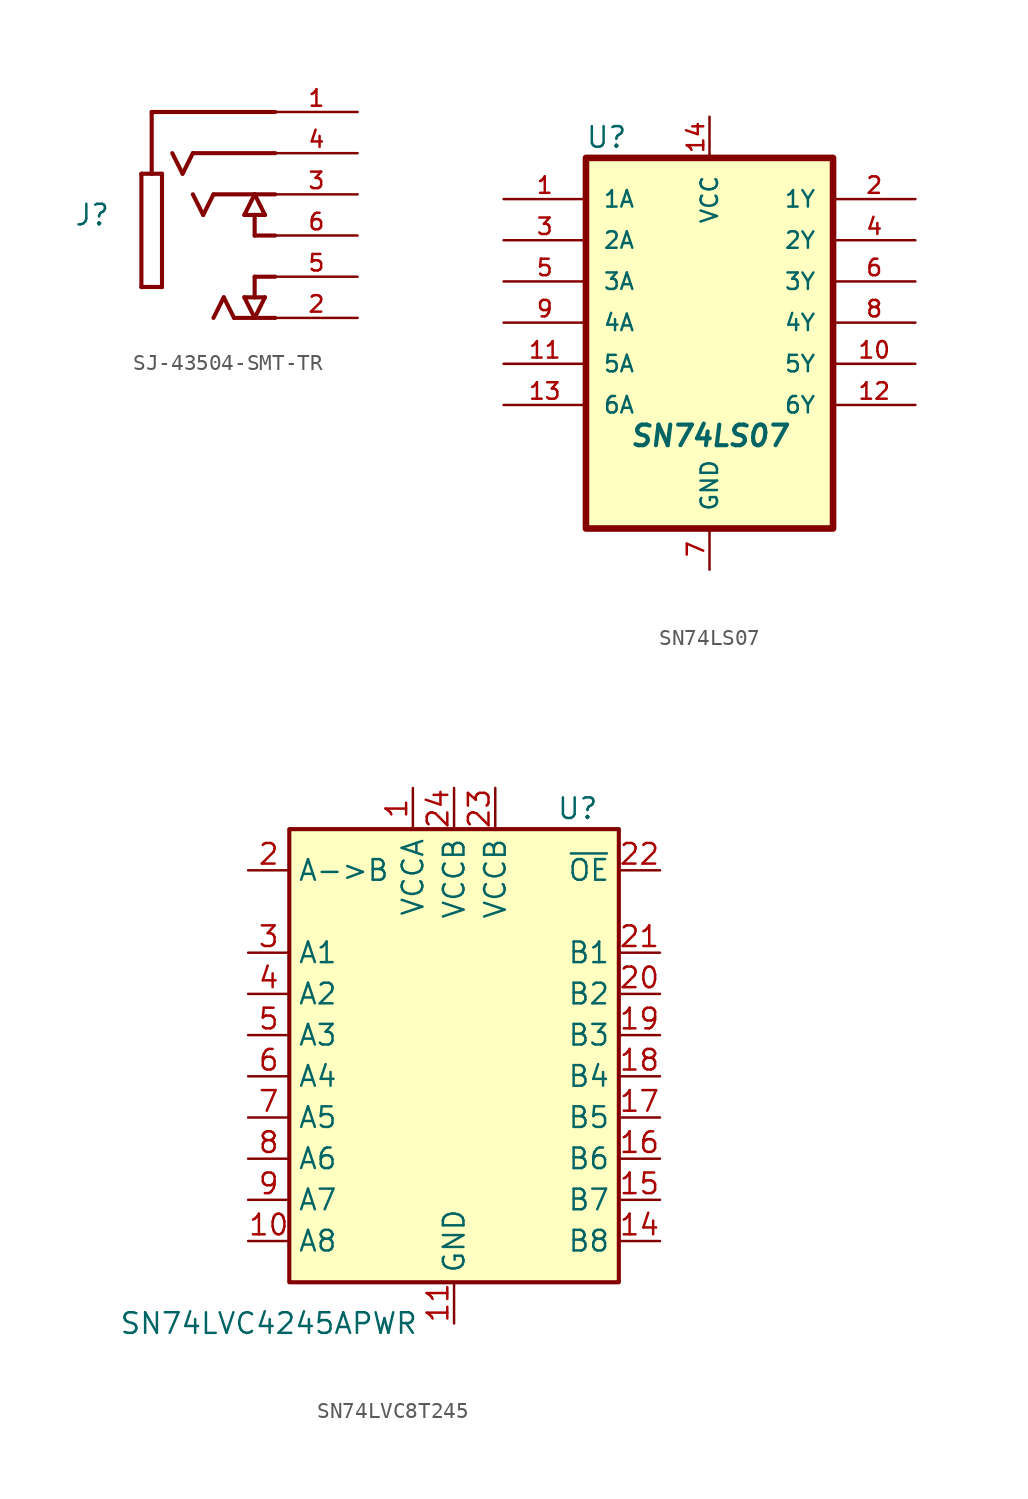
<source format=kicad_sym>
(kicad_symbol_lib
  (version 20231120)
  (generator "kicad_symbol_editor")
  (generator_version "8.0")
  (symbol "SJ-43504-SMT-TR"
    (pin_names
      (offset 1.016) hide)
    (property "Reference" "J"
      (at -10.16 -1.27 0)
      (effects (font (size 1.27 1.27)) (justify right)))
    (symbol "SJ-43504-SMT-TR_0_0"
      (polyline (pts (xy -8.255 -5.715) (xy -8.255 1.27)) (stroke (width 0.254) (type default)) (fill (type none)))
      (polyline (pts (xy -8.255 1.27) (xy -7.62 1.27)) (stroke (width 0.254) (type default)) (fill (type none)))
      (polyline (pts (xy -7.62 1.27) (xy -6.985 1.27)) (stroke (width 0.254) (type default)) (fill (type none)))
      (polyline (pts (xy -7.62 5.08) (xy -7.62 1.27)) (stroke (width 0.254) (type default)) (fill (type none)))
      (polyline (pts (xy -6.985 -5.715) (xy -8.255 -5.715)) (stroke (width 0.254) (type default)) (fill (type none)))
      (polyline (pts (xy -6.985 1.27) (xy -6.985 -5.715)) (stroke (width 0.254) (type default)) (fill (type none)))
      (polyline (pts (xy -5.715 1.27) (xy -6.35 2.54)) (stroke (width 0.254) (type default)) (fill (type none)))
      (polyline (pts (xy -5.08 2.54) (xy -5.715 1.27)) (stroke (width 0.254) (type default)) (fill (type none)))
      (polyline (pts (xy -4.445 -1.27) (xy -5.08 0)) (stroke (width 0.254) (type default)) (fill (type none)))
      (polyline (pts (xy -3.81 0) (xy -4.445 -1.27)) (stroke (width 0.254) (type default)) (fill (type none)))
      (polyline (pts (xy -3.175 -6.35) (xy -3.81 -7.62)) (stroke (width 0.254) (type default)) (fill (type none)))
      (polyline (pts (xy -2.54 -7.62) (xy -3.175 -6.35)) (stroke (width 0.254) (type default)) (fill (type none)))
      (polyline (pts (xy -1.905 -6.35) (xy -1.27 -6.35)) (stroke (width 0.254) (type default)) (fill (type none)))
      (polyline (pts (xy -1.905 -1.27) (xy -1.27 -1.27)) (stroke (width 0.254) (type default)) (fill (type none)))
      (polyline (pts (xy -1.27 -7.62) (xy -2.54 -7.62)) (stroke (width 0.254) (type default)) (fill (type none)))
      (polyline (pts (xy -1.27 -7.62) (xy -1.905 -6.35)) (stroke (width 0.254) (type default)) (fill (type none)))
      (polyline (pts (xy -1.27 -6.35) (xy -0.635 -6.35)) (stroke (width 0.254) (type default)) (fill (type none)))
      (polyline (pts (xy -1.27 -5.08) (xy -1.27 -6.35)) (stroke (width 0.254) (type default)) (fill (type none)))
      (polyline (pts (xy -1.27 -2.54) (xy -1.27 -1.27)) (stroke (width 0.254) (type default)) (fill (type none)))
      (polyline (pts (xy -1.27 -1.27) (xy -0.635 -1.27)) (stroke (width 0.254) (type default)) (fill (type none)))
      (polyline (pts (xy -1.27 0) (xy -3.81 0)) (stroke (width 0.254) (type default)) (fill (type none)))
      (polyline (pts (xy -1.27 0) (xy -1.905 -1.27)) (stroke (width 0.254) (type default)) (fill (type none)))
      (polyline (pts (xy -0.635 -6.35) (xy -1.27 -7.62)) (stroke (width 0.254) (type default)) (fill (type none)))
      (polyline (pts (xy -0.635 -1.27) (xy -1.27 0)) (stroke (width 0.254) (type default)) (fill (type none)))
      (polyline (pts (xy 0 -7.62) (xy -1.27 -7.62)) (stroke (width 0.254) (type default)) (fill (type none)))
      (polyline (pts (xy 0 -5.08) (xy -1.27 -5.08)) (stroke (width 0.254) (type default)) (fill (type none)))
      (polyline (pts (xy 0 -2.54) (xy -1.27 -2.54)) (stroke (width 0.254) (type default)) (fill (type none)))
      (polyline (pts (xy 0 0) (xy -1.27 0)) (stroke (width 0.254) (type default)) (fill (type none)))
      (polyline (pts (xy 0 2.54) (xy -5.08 2.54)) (stroke (width 0.254) (type default)) (fill (type none)))
      (polyline (pts (xy 0 5.08) (xy -7.62 5.08)) (stroke (width 0.254) (type default)) (fill (type none)))
      (pin passive line (at 5.08 5.08 180) (length 5.08) (name "~" (effects (font (size 1.016 1.016)))) (number "1" (effects (font (size 1.016 1.016)))))
      (pin passive line (at 5.08 -7.62 180) (length 5.08) (name "~" (effects (font (size 1.016 1.016)))) (number "2" (effects (font (size 1.016 1.016)))))
      (pin passive line (at 5.08 0 180) (length 5.08) (name "~" (effects (font (size 1.016 1.016)))) (number "3" (effects (font (size 1.016 1.016)))))
      (pin passive line (at 5.08 2.54 180) (length 5.08) (name "~" (effects (font (size 1.016 1.016)))) (number "4" (effects (font (size 1.016 1.016)))))
      (pin passive line (at 5.08 -5.08 180) (length 5.08) (name "~" (effects (font (size 1.016 1.016)))) (number "5" (effects (font (size 1.016 1.016)))))
      (pin passive line (at 5.08 -2.54 180) (length 5.08) (name "~" (effects (font (size 1.016 1.016)))) (number "6" (effects (font (size 1.016 1.016)))))))
  (symbol "SN74LS07"
    (pin_names
      (offset 1.016))
    (property "Reference" "U"
      (at -11.43 16.51 0)
      (effects (font (size 1.27 1.27))))
    (property "Value" "SN74LS07"
      (at -5.08 -1.905 0)
      (effects (font (size 1.27 1.27) (bold yes) (italic yes))))
    (symbol "SN74LS07_0_0"
      (rectangle (start -12.7 -7.62) (end 2.54 15.24) (stroke (width 0.406) (type default)) (fill (type background)))
      (pin input line (at -17.78 12.7 0) (length 5.08) (name "1A" (effects (font (size 1.016 1.016)))) (number "1" (effects (font (size 1.016 1.016)))))
      (pin output line (at 7.62 2.54 180) (length 5.08) (name "5Y" (effects (font (size 1.016 1.016)))) (number "10" (effects (font (size 1.016 1.016)))))
      (pin input line (at -17.78 2.54 0) (length 5.08) (name "5A" (effects (font (size 1.016 1.016)))) (number "11" (effects (font (size 1.016 1.016)))))
      (pin output line (at 7.62 0 180) (length 5.08) (name "6Y" (effects (font (size 1.016 1.016)))) (number "12" (effects (font (size 1.016 1.016)))))
      (pin input line (at -17.78 0 0) (length 5.08) (name "6A" (effects (font (size 1.016 1.016)))) (number "13" (effects (font (size 1.016 1.016)))))
      (pin power_in line (at -5.08 17.78 270) (length 2.54) (name "VCC" (effects (font (size 1.016 1.016)))) (number "14" (effects (font (size 1.016 1.016)))))
      (pin output line (at 7.62 12.7 180) (length 5.08) (name "1Y" (effects (font (size 1.016 1.016)))) (number "2" (effects (font (size 1.016 1.016)))))
      (pin input line (at -17.78 10.16 0) (length 5.08) (name "2A" (effects (font (size 1.016 1.016)))) (number "3" (effects (font (size 1.016 1.016)))))
      (pin output line (at 7.62 10.16 180) (length 5.08) (name "2Y" (effects (font (size 1.016 1.016)))) (number "4" (effects (font (size 1.016 1.016)))))
      (pin input line (at -17.78 7.62 0) (length 5.08) (name "3A" (effects (font (size 1.016 1.016)))) (number "5" (effects (font (size 1.016 1.016)))))
      (pin output line (at 7.62 7.62 180) (length 5.08) (name "3Y" (effects (font (size 1.016 1.016)))) (number "6" (effects (font (size 1.016 1.016)))))
      (pin power_in line (at -5.08 -10.16 90) (length 2.54) (name "GND" (effects (font (size 1.016 1.016)))) (number "7" (effects (font (size 1.016 1.016)))))
      (pin output line (at 7.62 5.08 180) (length 5.08) (name "4Y" (effects (font (size 1.016 1.016)))) (number "8" (effects (font (size 1.016 1.016)))))
      (pin input line (at -17.78 5.08 0) (length 5.08) (name "4A" (effects (font (size 1.016 1.016)))) (number "9" (effects (font (size 1.016 1.016)))))))
  (symbol "SN74LVC8T245"
    (property "Reference" "U"
      (at 7.62 13.97 0)
      (effects (font (size 1.27 1.27))))
    (property "Value" "SN74LVC4245APWR"
      (at -11.43 -17.78 0)
      (effects (font (size 1.27 1.27))))
    (symbol "SN74LVC8T245_0_1"
      (rectangle (start -10.16 12.7) (end 10.16 -15.24) (stroke (width 0.254) (type default)) (fill (type background))))
    (symbol "SN74LVC8T245_1_1"
      (pin power_in line (at -2.54 15.24 270) (length 2.54) (name "VCCA" (effects (font (size 1.27 1.27)))) (number "1" (effects (font (size 1.27 1.27)))))
      (pin bidirectional line (at -12.7 -12.7 0) (length 2.54) (name "A8" (effects (font (size 1.27 1.27)))) (number "10" (effects (font (size 1.27 1.27)))))
      (pin power_in line (at 0 -17.78 90) (length 2.54) (name "GND" (effects (font (size 1.27 1.27)))) (number "11" (effects (font (size 1.27 1.27)))))
      (pin passive line (at 0 -17.78 90) (length 2.54) hide (name "GND" (effects (font (size 1.27 1.27)))) (number "12" (effects (font (size 1.27 1.27)))))
      (pin passive line (at 0 -17.78 90) (length 2.54) hide (name "GND" (effects (font (size 1.27 1.27)))) (number "13" (effects (font (size 1.27 1.27)))))
      (pin bidirectional line (at 12.7 -12.7 180) (length 2.54) (name "B8" (effects (font (size 1.27 1.27)))) (number "14" (effects (font (size 1.27 1.27)))))
      (pin bidirectional line (at 12.7 -10.16 180) (length 2.54) (name "B7" (effects (font (size 1.27 1.27)))) (number "15" (effects (font (size 1.27 1.27)))))
      (pin bidirectional line (at 12.7 -7.62 180) (length 2.54) (name "B6" (effects (font (size 1.27 1.27)))) (number "16" (effects (font (size 1.27 1.27)))))
      (pin bidirectional line (at 12.7 -5.08 180) (length 2.54) (name "B5" (effects (font (size 1.27 1.27)))) (number "17" (effects (font (size 1.27 1.27)))))
      (pin bidirectional line (at 12.7 -2.54 180) (length 2.54) (name "B4" (effects (font (size 1.27 1.27)))) (number "18" (effects (font (size 1.27 1.27)))))
      (pin bidirectional line (at 12.7 0 180) (length 2.54) (name "B3" (effects (font (size 1.27 1.27)))) (number "19" (effects (font (size 1.27 1.27)))))
      (pin input line (at -12.7 10.16 0) (length 2.54) (name "A->B" (effects (font (size 1.27 1.27)))) (number "2" (effects (font (size 1.27 1.27)))))
      (pin bidirectional line (at 12.7 2.54 180) (length 2.54) (name "B2" (effects (font (size 1.27 1.27)))) (number "20" (effects (font (size 1.27 1.27)))))
      (pin bidirectional line (at 12.7 5.08 180) (length 2.54) (name "B1" (effects (font (size 1.27 1.27)))) (number "21" (effects (font (size 1.27 1.27)))))
      (pin input line (at 12.7 10.16 180) (length 2.54) (name "~{OE}" (effects (font (size 1.27 1.27)))) (number "22" (effects (font (size 1.27 1.27)))))
      (pin power_in line (at 2.54 15.24 270) (length 2.54) (name "VCCB" (effects (font (size 1.27 1.27)))) (number "23" (effects (font (size 1.27 1.27)))))
      (pin power_in line (at 0 15.24 270) (length 2.54) (name "VCCB" (effects (font (size 1.27 1.27)))) (number "24" (effects (font (size 1.27 1.27)))))
      (pin bidirectional line (at -12.7 5.08 0) (length 2.54) (name "A1" (effects (font (size 1.27 1.27)))) (number "3" (effects (font (size 1.27 1.27)))))
      (pin bidirectional line (at -12.7 2.54 0) (length 2.54) (name "A2" (effects (font (size 1.27 1.27)))) (number "4" (effects (font (size 1.27 1.27)))))
      (pin bidirectional line (at -12.7 0 0) (length 2.54) (name "A3" (effects (font (size 1.27 1.27)))) (number "5" (effects (font (size 1.27 1.27)))))
      (pin bidirectional line (at -12.7 -2.54 0) (length 2.54) (name "A4" (effects (font (size 1.27 1.27)))) (number "6" (effects (font (size 1.27 1.27)))))
      (pin bidirectional line (at -12.7 -5.08 0) (length 2.54) (name "A5" (effects (font (size 1.27 1.27)))) (number "7" (effects (font (size 1.27 1.27)))))
      (pin bidirectional line (at -12.7 -7.62 0) (length 2.54) (name "A6" (effects (font (size 1.27 1.27)))) (number "8" (effects (font (size 1.27 1.27)))))
      (pin bidirectional line (at -12.7 -10.16 0) (length 2.54) (name "A7" (effects (font (size 1.27 1.27)))) (number "9" (effects (font (size 1.27 1.27))))))))
</source>
